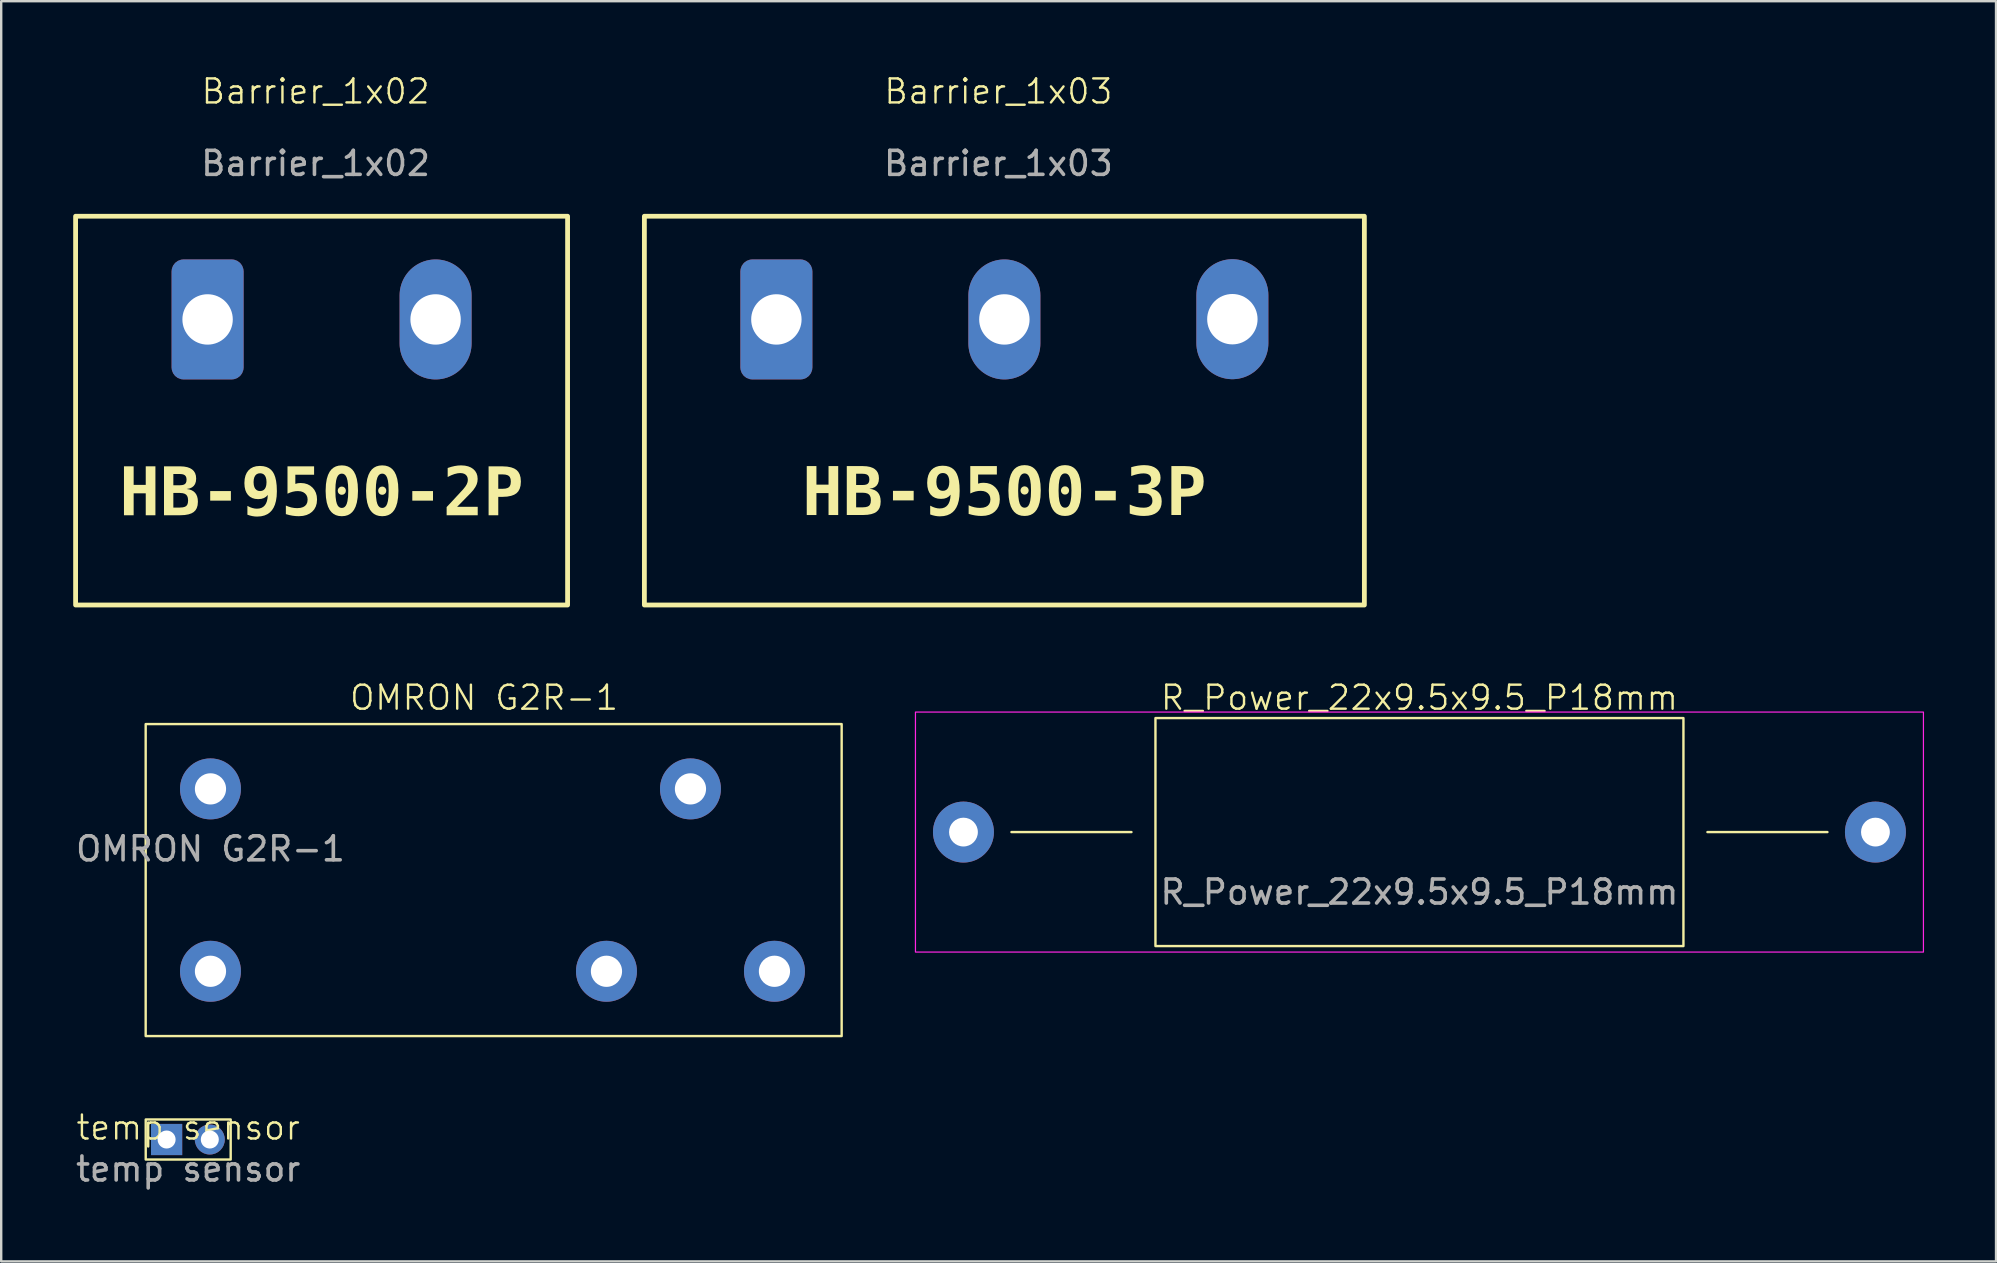
<source format=kicad_pcb>
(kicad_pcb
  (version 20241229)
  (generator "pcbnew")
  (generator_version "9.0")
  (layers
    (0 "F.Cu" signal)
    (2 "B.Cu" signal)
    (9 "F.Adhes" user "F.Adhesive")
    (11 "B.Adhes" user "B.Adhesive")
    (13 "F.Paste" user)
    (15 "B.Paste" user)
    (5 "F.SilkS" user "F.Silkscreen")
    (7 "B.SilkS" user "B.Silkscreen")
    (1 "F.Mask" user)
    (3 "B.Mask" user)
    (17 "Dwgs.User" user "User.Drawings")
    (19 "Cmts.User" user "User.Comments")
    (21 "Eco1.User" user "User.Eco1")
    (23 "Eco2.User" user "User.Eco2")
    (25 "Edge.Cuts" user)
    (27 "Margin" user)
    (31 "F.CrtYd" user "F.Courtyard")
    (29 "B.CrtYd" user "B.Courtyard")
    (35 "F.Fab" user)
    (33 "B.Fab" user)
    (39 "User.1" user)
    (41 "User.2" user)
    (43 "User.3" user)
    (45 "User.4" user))
  (footprint "Barrier_1x03"
    (layer "F.Cu")
    (at 38.8 14.06)
    (property "Reference" "Barrier_1x03" (at -0.25 -13.3 0) (unlocked yes) (layer "F.SilkS") (effects (font (size 1 1) (thickness 0.1))))
    (attr smd)
    (fp_rect (start -15 -8.1) (end 15 8.1) (stroke (width 0.2) (type solid)) (fill no) (layer "F.SilkS"))
    (fp_text user "HB-9500-3P" (at 0 4.69 0) (unlocked yes) (layer "F.SilkS") (effects (font (face "Consolas") (size 2 2) (thickness 0.2) (bold yes)) (justify bottom)))
    (fp_text user "${REFERENCE}" (at -0.25 -10.3 0) (unlocked yes) (layer "F.Fab") (effects (font (size 1 1) (thickness 0.15))))
    (pad "1" thru_hole roundrect (at -9.5 -3.8) (size 3 5) (drill 2.1) (layers "*.Cu" "*.Mask") (roundrect_rratio 0.167))
    (pad "2" thru_hole oval (at 0.0002 -3.8) (size 3 5) (drill 2.1) (layers "*.Cu" "*.Mask"))
    (pad "3" thru_hole oval (at 9.5 -3.81) (size 3 5) (drill 2.1) (layers "*.Cu" "*.Mask")))
  (footprint "OMRON G2R-1"
    (layer "F.Cu")
    (at 5.72 29.821)
    (property "Reference" "OMRON G2R-1" (at 11.4 -3.8 0) (unlocked yes) (layer "F.SilkS") (effects (font (size 1 1) (thickness 0.1))))
    (attr through_hole)
    (fp_rect (start -2.7 -2.7) (end 26.3 10.3) (stroke (width 0.1) (type default)) (fill no) (layer "F.SilkS"))
    (fp_text user "${REFERENCE}" (at 0 2.5 0) (unlocked yes) (layer "F.Fab") (effects (font (size 1 1) (thickness 0.15))))
    (pad "1" thru_hole circle (at 0 7.6) (size 2.54 2.54) (drill 1.3) (layers "*.Cu" "*.Mask"))
    (pad "2" thru_hole circle (at 16.5 7.6) (size 2.54 2.54) (drill 1.3) (layers "*.Cu" "*.Mask"))
    (pad "3" thru_hole circle (at 23.5 7.6) (size 2.54 2.54) (drill 1.3) (layers "*.Cu" "*.Mask"))
    (pad "4" thru_hole circle (at 20 0) (size 2.54 2.54) (drill 1.3) (layers "*.Cu" "*.Mask"))
    (pad "5" thru_hole circle (at 0 0) (size 2.54 2.54) (drill 1.3) (layers "*.Cu" "*.Mask")))
  (footprint "Barrier_1x02"
    (layer "F.Cu")
    (at 10.35 14.06)
    (property "Reference" "Barrier_1x02" (at -0.25 -13.3 0) (unlocked yes) (layer "F.SilkS") (effects (font (size 1 1) (thickness 0.1))))
    (attr smd)
    (fp_rect (start -10.25 -8.1) (end 10.25 8.1) (stroke (width 0.2) (type solid)) (fill no) (layer "F.SilkS"))
    (fp_text user "HB-9500-2P" (at 0 4.7 0) (unlocked yes) (layer "F.SilkS") (effects (font (face "Consolas") (size 2 2) (thickness 0.2) (bold yes)) (justify bottom)))
    (fp_text user "${REFERENCE}" (at -0.25 -10.3 0) (unlocked yes) (layer "F.Fab") (effects (font (size 1 1) (thickness 0.15))))
    (pad "1" thru_hole roundrect (at -4.75 -3.8) (size 3 5) (drill 2.1) (layers "*.Cu" "*.Mask") (roundrect_rratio 0.167))
    (pad "2" thru_hole oval (at 4.75 -3.8) (size 3 5) (drill 2.1) (layers "*.Cu" "*.Mask")))
  (footprint "temp sensor"
    (layer "F.Cu")
    (at 4.792 44.431)
    (property "Reference" "temp sensor" (at 0 -0.5 0) (unlocked yes) (layer "F.SilkS") (effects (font (size 1 1) (thickness 0.1))))
    (attr through_hole)
    (fp_rect (start -1.77 -0.835) (end 1.77 0.835) (stroke (width 0.1) (type default)) (fill no) (layer "F.SilkS"))
    (fp_text user "${REFERENCE}" (at 0 1.23 0) (unlocked yes) (layer "F.Fab") (effects (font (size 1 1) (thickness 0.15))))
    (pad "1" thru_hole rect (at -0.9 0 180) (size 1.3 1.3) (drill 0.75) (layers "*.Cu" "*.Mask"))
    (pad "2" thru_hole circle (at 0.9 0 180) (size 1.25 1.25) (drill 0.75) (layers "*.Cu" "*.Mask")))
  (footprint "R_Power_22x9.5x9.5_P18mm"
    (layer "F.Cu")
    (at 56.095 31.621)
    (property "Reference" "R_Power_22x9.5x9.5_P18mm" (at 0 -5.6 0) (unlocked yes) (layer "F.SilkS") (effects (font (size 1 1) (thickness 0.1))))
    (attr through_hole)
    (fp_line (start -12 0) (end -17 0) (stroke (width 0.1) (type default)) (layer "F.SilkS"))
    (fp_line (start 12 0) (end 17 0) (stroke (width 0.1) (type default)) (layer "F.SilkS"))
    (fp_rect (start -11 -4.75) (end 11 4.75) (stroke (width 0.1) (type default)) (fill no) (layer "F.SilkS"))
    (fp_rect (start -21 -5) (end 21 5) (stroke (width 0.05) (type default)) (fill no) (layer "F.CrtYd"))
    (fp_text user "${REFERENCE}" (at 0 2.5 0) (unlocked yes) (layer "F.Fab") (effects (font (size 1 1) (thickness 0.15))))
    (pad "1" thru_hole circle (at -19 0) (size 2.54 2.54) (drill 1.2) (layers "*.Cu" "*.Mask"))
    (pad "2" thru_hole circle (at 19 0) (size 2.54 2.54) (drill 1.2) (layers "*.Cu" "*.Mask")))
  (gr_rect
    (start -3 -3)
    (end 80.12 49.51)
    (stroke (width 0.1) (type default))
    (fill no)
    (layer "Edge.Cuts")))
</source>
